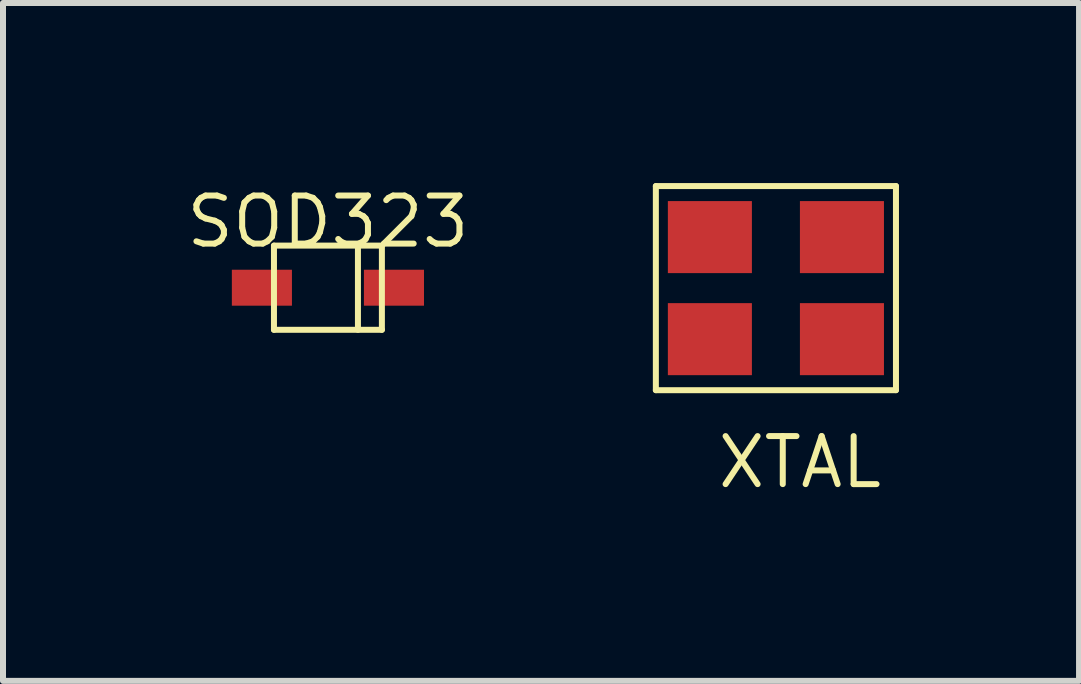
<source format=kicad_pcb>
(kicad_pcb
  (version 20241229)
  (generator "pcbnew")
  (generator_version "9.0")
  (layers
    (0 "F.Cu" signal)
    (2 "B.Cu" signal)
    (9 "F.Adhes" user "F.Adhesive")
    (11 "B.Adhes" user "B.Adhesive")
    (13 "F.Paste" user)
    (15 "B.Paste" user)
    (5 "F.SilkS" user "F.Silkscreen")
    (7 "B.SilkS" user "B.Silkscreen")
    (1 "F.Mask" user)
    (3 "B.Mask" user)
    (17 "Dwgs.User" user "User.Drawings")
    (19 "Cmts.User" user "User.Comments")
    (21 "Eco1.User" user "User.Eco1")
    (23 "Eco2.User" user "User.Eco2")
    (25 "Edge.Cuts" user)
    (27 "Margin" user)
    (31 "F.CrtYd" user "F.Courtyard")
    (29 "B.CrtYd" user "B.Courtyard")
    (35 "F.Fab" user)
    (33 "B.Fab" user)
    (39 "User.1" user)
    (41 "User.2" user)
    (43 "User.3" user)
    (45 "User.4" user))
  (footprint "XTAL"
    (layer "F.Cu")
    (at 9.876 1.75)
    (property "Reference" "XTAL" (at 0.4 2.9 0) (layer "F.SilkS") (effects (font (size 0.8 0.8) (thickness 0.1))))
    (attr through_hole)
    (fp_line (start -2 -1.7) (end 2 -1.7) (stroke (width 0.1) (type solid)) (layer "F.SilkS"))
    (fp_line (start -2 1.7) (end -2 -1.7) (stroke (width 0.1) (type solid)) (layer "F.SilkS"))
    (fp_line (start 2 -1.7) (end 2 1.7) (stroke (width 0.1) (type solid)) (layer "F.SilkS"))
    (fp_line (start 2 1.7) (end -2 1.7) (stroke (width 0.1) (type solid)) (layer "F.SilkS"))
    (pad "1" smd rect (at -1.1 0.85) (size 1.4 1.2) (layers "F.Cu" "F.Mask" "F.Paste"))
    (pad "2" smd rect (at 1.1 -0.85) (size 1.4 1.2) (layers "F.Cu" "F.Mask" "F.Paste"))
    (pad "3" smd rect (at -1.1 -0.85) (size 1.4 1.2) (layers "F.Cu" "F.Mask" "F.Paste"))
    (pad "3" smd rect (at 1.1 0.85) (size 1.4 1.2) (layers "F.Cu" "F.Mask" "F.Paste")))
  (footprint "SOD323"
    (layer "F.Cu")
    (at 2.413 1.743)
    (property "Reference" "SOD323" (at 0 -1.1 0) (layer "F.SilkS") (effects (font (size 0.8 0.8) (thickness 0.1))))
    (attr through_hole)
    (fp_line (start -0.899 -0.701) (end -0.899 0.701) (stroke (width 0.1) (type solid)) (layer "F.SilkS"))
    (fp_line (start -0.899 0.701) (end 0.899 0.701) (stroke (width 0.1) (type solid)) (layer "F.SilkS"))
    (fp_line (start 0.5 -0.701) (end 0.5 0.701) (stroke (width 0.1) (type solid)) (layer "F.SilkS"))
    (fp_line (start 0.899 -0.701) (end -0.899 -0.701) (stroke (width 0.1) (type solid)) (layer "F.SilkS"))
    (fp_line (start 0.899 0.701) (end 0.899 -0.701) (stroke (width 0.1) (type solid)) (layer "F.SilkS"))
    (pad "1" smd rect (at -1.1 0) (size 1.001 0.599) (layers "F.Cu" "F.Mask" "F.Paste"))
    (pad "2" smd rect (at 1.1 0) (size 1.001 0.599) (layers "F.Cu" "F.Mask" "F.Paste")))
  (gr_rect
    (start -3 -3)
    (end 14.926 8.293)
    (stroke (width 0.1) (type default))
    (fill no)
    (layer "Edge.Cuts")))
</source>
